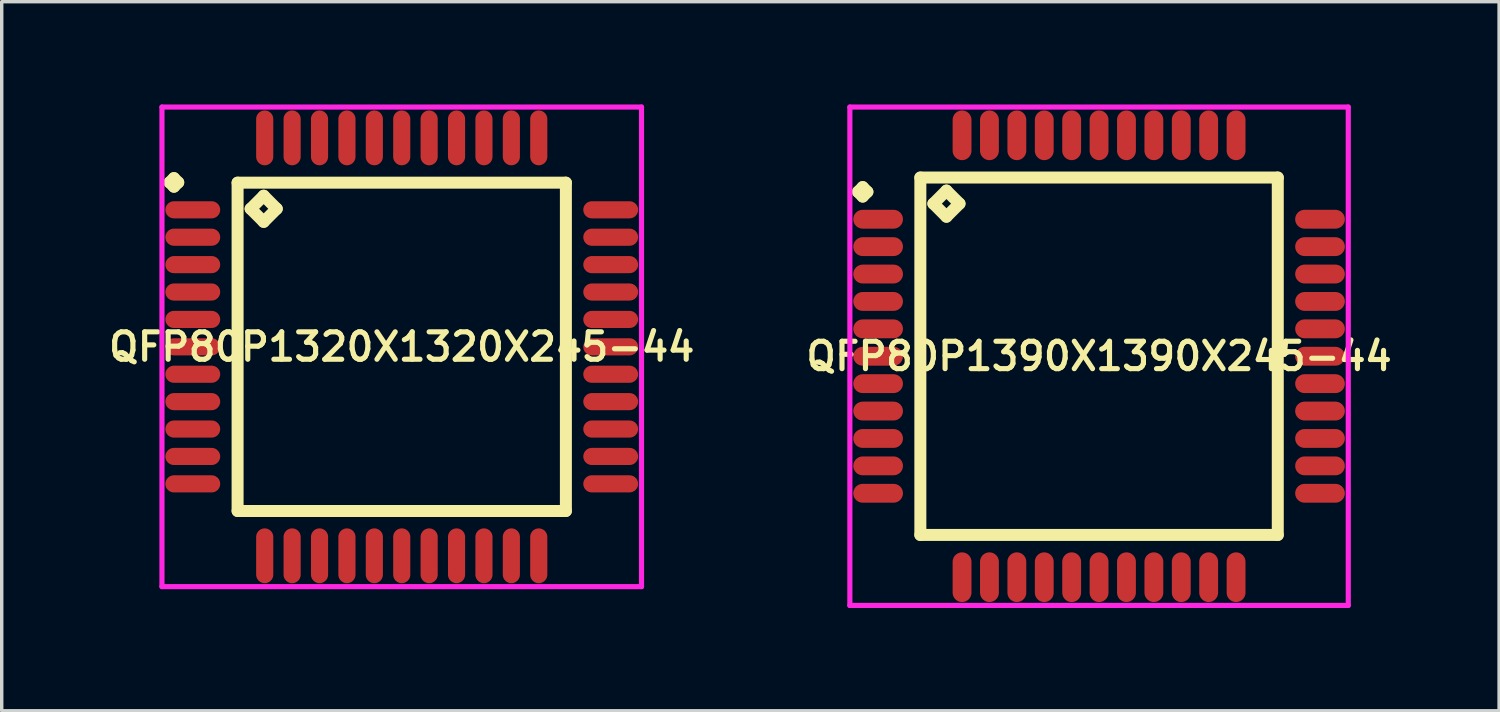
<source format=kicad_pcb>
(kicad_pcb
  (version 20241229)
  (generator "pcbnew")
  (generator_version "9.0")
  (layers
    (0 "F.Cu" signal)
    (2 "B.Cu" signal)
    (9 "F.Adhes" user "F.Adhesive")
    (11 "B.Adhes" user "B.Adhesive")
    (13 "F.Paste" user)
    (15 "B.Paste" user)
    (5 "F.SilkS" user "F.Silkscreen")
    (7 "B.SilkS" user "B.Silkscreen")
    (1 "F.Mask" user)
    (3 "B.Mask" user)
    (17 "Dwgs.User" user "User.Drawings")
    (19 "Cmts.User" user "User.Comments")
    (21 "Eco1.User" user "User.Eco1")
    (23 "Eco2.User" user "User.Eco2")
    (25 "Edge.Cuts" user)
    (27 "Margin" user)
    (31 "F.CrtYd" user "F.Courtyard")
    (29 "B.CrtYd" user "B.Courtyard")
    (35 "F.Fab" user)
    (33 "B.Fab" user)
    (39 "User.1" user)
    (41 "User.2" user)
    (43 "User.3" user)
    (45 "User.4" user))
  (footprint "QFP80P1320X1320X245-44"
    (layer "F.Cu")
    (at 8.678 7.075)
    (property "Reference" "QFP80P1320X1320X245-44" (at 0 0 0) (layer "F.SilkS") (effects (font (size 0.8 0.8) (thickness 0.15))))
    (attr through_hole)
    (fp_line (start -6.775 -4.8) (end -6.65 -4.925) (stroke (width 0.35) (type solid)) (layer "F.SilkS"))
    (fp_line (start -6.65 -4.925) (end -6.525 -4.8) (stroke (width 0.35) (type solid)) (layer "F.SilkS"))
    (fp_line (start -6.65 -4.675) (end -6.775 -4.8) (stroke (width 0.35) (type solid)) (layer "F.SilkS"))
    (fp_line (start -6.525 -4.8) (end -6.65 -4.675) (stroke (width 0.35) (type solid)) (layer "F.SilkS"))
    (fp_line (start -4.792 -4.792) (end -4.792 4.792) (stroke (width 0.35) (type solid)) (layer "F.SilkS"))
    (fp_line (start -4.792 4.792) (end 4.792 4.792) (stroke (width 0.35) (type solid)) (layer "F.SilkS"))
    (fp_line (start -4.411 -4.03) (end -4.03 -4.411) (stroke (width 0.35) (type solid)) (layer "F.SilkS"))
    (fp_line (start -4.03 -4.411) (end -3.649 -4.03) (stroke (width 0.35) (type solid)) (layer "F.SilkS"))
    (fp_line (start -4.03 -3.649) (end -4.411 -4.03) (stroke (width 0.35) (type solid)) (layer "F.SilkS"))
    (fp_line (start -3.649 -4.03) (end -4.03 -3.649) (stroke (width 0.35) (type solid)) (layer "F.SilkS"))
    (fp_line (start 4.792 -4.792) (end -4.792 -4.792) (stroke (width 0.35) (type solid)) (layer "F.SilkS"))
    (fp_line (start 4.792 4.792) (end 4.792 -4.792) (stroke (width 0.35) (type solid)) (layer "F.SilkS"))
    (fp_line (start -7 -7) (end 7 -7) (stroke (width 0.15) (type solid)) (layer "F.CrtYd"))
    (fp_line (start -7 7) (end -7 -7) (stroke (width 0.15) (type solid)) (layer "F.CrtYd"))
    (fp_line (start 7 -7) (end 7 7) (stroke (width 0.15) (type solid)) (layer "F.CrtYd"))
    (fp_line (start 7 7) (end -7 7) (stroke (width 0.15) (type solid)) (layer "F.CrtYd"))
    (pad "1" smd oval (at -6.1 -4) (size 1.6 0.5) (layers "F.Cu" "F.Mask" "F.Paste"))
    (pad "2" smd oval (at -6.1 -3.2) (size 1.6 0.5) (layers "F.Cu" "F.Mask" "F.Paste"))
    (pad "3" smd oval (at -6.1 -2.4) (size 1.6 0.5) (layers "F.Cu" "F.Mask" "F.Paste"))
    (pad "4" smd oval (at -6.1 -1.6) (size 1.6 0.5) (layers "F.Cu" "F.Mask" "F.Paste"))
    (pad "5" smd oval (at -6.1 -0.8) (size 1.6 0.5) (layers "F.Cu" "F.Mask" "F.Paste"))
    (pad "6" smd oval (at -6.1 0) (size 1.6 0.5) (layers "F.Cu" "F.Mask" "F.Paste"))
    (pad "7" smd oval (at -6.1 0.8) (size 1.6 0.5) (layers "F.Cu" "F.Mask" "F.Paste"))
    (pad "8" smd oval (at -6.1 1.6) (size 1.6 0.5) (layers "F.Cu" "F.Mask" "F.Paste"))
    (pad "9" smd oval (at -6.1 2.4) (size 1.6 0.5) (layers "F.Cu" "F.Mask" "F.Paste"))
    (pad "10" smd oval (at -6.1 3.2) (size 1.6 0.5) (layers "F.Cu" "F.Mask" "F.Paste"))
    (pad "11" smd oval (at -6.1 4) (size 1.6 0.5) (layers "F.Cu" "F.Mask" "F.Paste"))
    (pad "12" smd oval (at -4 6.1) (size 0.5 1.6) (layers "F.Cu" "F.Mask" "F.Paste"))
    (pad "13" smd oval (at -3.2 6.1) (size 0.5 1.6) (layers "F.Cu" "F.Mask" "F.Paste"))
    (pad "14" smd oval (at -2.4 6.1) (size 0.5 1.6) (layers "F.Cu" "F.Mask" "F.Paste"))
    (pad "15" smd oval (at -1.6 6.1) (size 0.5 1.6) (layers "F.Cu" "F.Mask" "F.Paste"))
    (pad "16" smd oval (at -0.8 6.1) (size 0.5 1.6) (layers "F.Cu" "F.Mask" "F.Paste"))
    (pad "17" smd oval (at 0 6.1) (size 0.5 1.6) (layers "F.Cu" "F.Mask" "F.Paste"))
    (pad "18" smd oval (at 0.8 6.1) (size 0.5 1.6) (layers "F.Cu" "F.Mask" "F.Paste"))
    (pad "19" smd oval (at 1.6 6.1) (size 0.5 1.6) (layers "F.Cu" "F.Mask" "F.Paste"))
    (pad "20" smd oval (at 2.4 6.1) (size 0.5 1.6) (layers "F.Cu" "F.Mask" "F.Paste"))
    (pad "21" smd oval (at 3.2 6.1) (size 0.5 1.6) (layers "F.Cu" "F.Mask" "F.Paste"))
    (pad "22" smd oval (at 4 6.1) (size 0.5 1.6) (layers "F.Cu" "F.Mask" "F.Paste"))
    (pad "23" smd oval (at 6.1 4) (size 1.6 0.5) (layers "F.Cu" "F.Mask" "F.Paste"))
    (pad "24" smd oval (at 6.1 3.2) (size 1.6 0.5) (layers "F.Cu" "F.Mask" "F.Paste"))
    (pad "25" smd oval (at 6.1 2.4) (size 1.6 0.5) (layers "F.Cu" "F.Mask" "F.Paste"))
    (pad "26" smd oval (at 6.1 1.6) (size 1.6 0.5) (layers "F.Cu" "F.Mask" "F.Paste"))
    (pad "27" smd oval (at 6.1 0.8) (size 1.6 0.5) (layers "F.Cu" "F.Mask" "F.Paste"))
    (pad "28" smd oval (at 6.1 0) (size 1.6 0.5) (layers "F.Cu" "F.Mask" "F.Paste"))
    (pad "29" smd oval (at 6.1 -0.8) (size 1.6 0.5) (layers "F.Cu" "F.Mask" "F.Paste"))
    (pad "30" smd oval (at 6.1 -1.6) (size 1.6 0.5) (layers "F.Cu" "F.Mask" "F.Paste"))
    (pad "31" smd oval (at 6.1 -2.4) (size 1.6 0.5) (layers "F.Cu" "F.Mask" "F.Paste"))
    (pad "32" smd oval (at 6.1 -3.2) (size 1.6 0.5) (layers "F.Cu" "F.Mask" "F.Paste"))
    (pad "33" smd oval (at 6.1 -4) (size 1.6 0.5) (layers "F.Cu" "F.Mask" "F.Paste"))
    (pad "34" smd oval (at 4 -6.1) (size 0.5 1.6) (layers "F.Cu" "F.Mask" "F.Paste"))
    (pad "35" smd oval (at 3.2 -6.1) (size 0.5 1.6) (layers "F.Cu" "F.Mask" "F.Paste"))
    (pad "36" smd oval (at 2.4 -6.1) (size 0.5 1.6) (layers "F.Cu" "F.Mask" "F.Paste"))
    (pad "37" smd oval (at 1.6 -6.1) (size 0.5 1.6) (layers "F.Cu" "F.Mask" "F.Paste"))
    (pad "38" smd oval (at 0.8 -6.1) (size 0.5 1.6) (layers "F.Cu" "F.Mask" "F.Paste"))
    (pad "39" smd oval (at 0 -6.1) (size 0.5 1.6) (layers "F.Cu" "F.Mask" "F.Paste"))
    (pad "40" smd oval (at -0.8 -6.1) (size 0.5 1.6) (layers "F.Cu" "F.Mask" "F.Paste"))
    (pad "41" smd oval (at -1.6 -6.1) (size 0.5 1.6) (layers "F.Cu" "F.Mask" "F.Paste"))
    (pad "42" smd oval (at -2.4 -6.1) (size 0.5 1.6) (layers "F.Cu" "F.Mask" "F.Paste"))
    (pad "43" smd oval (at -3.2 -6.1) (size 0.5 1.6) (layers "F.Cu" "F.Mask" "F.Paste"))
    (pad "44" smd oval (at -4 -6.1) (size 0.5 1.6) (layers "F.Cu" "F.Mask" "F.Paste")))
  (footprint "QFP80P1390X1390X245-44"
    (layer "F.Cu")
    (at 29.035 7.35)
    (property "Reference" "QFP80P1390X1390X245-44" (at 0 0 0) (layer "F.SilkS") (effects (font (size 0.8 0.8) (thickness 0.15))))
    (attr through_hole)
    (fp_line (start -7.037 -4.8) (end -6.9 -4.938) (stroke (width 0.35) (type solid)) (layer "F.SilkS"))
    (fp_line (start -6.9 -4.938) (end -6.763 -4.8) (stroke (width 0.35) (type solid)) (layer "F.SilkS"))
    (fp_line (start -6.9 -4.662) (end -7.037 -4.8) (stroke (width 0.35) (type solid)) (layer "F.SilkS"))
    (fp_line (start -6.763 -4.8) (end -6.9 -4.662) (stroke (width 0.35) (type solid)) (layer "F.SilkS"))
    (fp_line (start -5.217 -5.217) (end -5.217 5.217) (stroke (width 0.35) (type solid)) (layer "F.SilkS"))
    (fp_line (start -5.217 5.217) (end 5.217 5.217) (stroke (width 0.35) (type solid)) (layer "F.SilkS"))
    (fp_line (start -4.836 -4.455) (end -4.455 -4.836) (stroke (width 0.35) (type solid)) (layer "F.SilkS"))
    (fp_line (start -4.455 -4.836) (end -4.074 -4.455) (stroke (width 0.35) (type solid)) (layer "F.SilkS"))
    (fp_line (start -4.455 -4.074) (end -4.836 -4.455) (stroke (width 0.35) (type solid)) (layer "F.SilkS"))
    (fp_line (start -4.074 -4.455) (end -4.455 -4.074) (stroke (width 0.35) (type solid)) (layer "F.SilkS"))
    (fp_line (start 5.217 -5.217) (end -5.217 -5.217) (stroke (width 0.35) (type solid)) (layer "F.SilkS"))
    (fp_line (start 5.217 5.217) (end 5.217 -5.217) (stroke (width 0.35) (type solid)) (layer "F.SilkS"))
    (fp_line (start -7.275 -7.275) (end 7.275 -7.275) (stroke (width 0.15) (type solid)) (layer "F.CrtYd"))
    (fp_line (start -7.275 7.275) (end -7.275 -7.275) (stroke (width 0.15) (type solid)) (layer "F.CrtYd"))
    (fp_line (start 7.275 -7.275) (end 7.275 7.275) (stroke (width 0.15) (type solid)) (layer "F.CrtYd"))
    (fp_line (start 7.275 7.275) (end -7.275 7.275) (stroke (width 0.15) (type solid)) (layer "F.CrtYd"))
    (pad "1" smd oval (at -6.45 -4) (size 1.45 0.55) (layers "F.Cu" "F.Mask" "F.Paste"))
    (pad "2" smd oval (at -6.45 -3.2) (size 1.45 0.55) (layers "F.Cu" "F.Mask" "F.Paste"))
    (pad "3" smd oval (at -6.45 -2.4) (size 1.45 0.55) (layers "F.Cu" "F.Mask" "F.Paste"))
    (pad "4" smd oval (at -6.45 -1.6) (size 1.45 0.55) (layers "F.Cu" "F.Mask" "F.Paste"))
    (pad "5" smd oval (at -6.45 -0.8) (size 1.45 0.55) (layers "F.Cu" "F.Mask" "F.Paste"))
    (pad "6" smd oval (at -6.45 0) (size 1.45 0.55) (layers "F.Cu" "F.Mask" "F.Paste"))
    (pad "7" smd oval (at -6.45 0.8) (size 1.45 0.55) (layers "F.Cu" "F.Mask" "F.Paste"))
    (pad "8" smd oval (at -6.45 1.6) (size 1.45 0.55) (layers "F.Cu" "F.Mask" "F.Paste"))
    (pad "9" smd oval (at -6.45 2.4) (size 1.45 0.55) (layers "F.Cu" "F.Mask" "F.Paste"))
    (pad "10" smd oval (at -6.45 3.2) (size 1.45 0.55) (layers "F.Cu" "F.Mask" "F.Paste"))
    (pad "11" smd oval (at -6.45 4) (size 1.45 0.55) (layers "F.Cu" "F.Mask" "F.Paste"))
    (pad "12" smd oval (at -4 6.45) (size 0.55 1.45) (layers "F.Cu" "F.Mask" "F.Paste"))
    (pad "13" smd oval (at -3.2 6.45) (size 0.55 1.45) (layers "F.Cu" "F.Mask" "F.Paste"))
    (pad "14" smd oval (at -2.4 6.45) (size 0.55 1.45) (layers "F.Cu" "F.Mask" "F.Paste"))
    (pad "15" smd oval (at -1.6 6.45) (size 0.55 1.45) (layers "F.Cu" "F.Mask" "F.Paste"))
    (pad "16" smd oval (at -0.8 6.45) (size 0.55 1.45) (layers "F.Cu" "F.Mask" "F.Paste"))
    (pad "17" smd oval (at 0 6.45) (size 0.55 1.45) (layers "F.Cu" "F.Mask" "F.Paste"))
    (pad "18" smd oval (at 0.8 6.45) (size 0.55 1.45) (layers "F.Cu" "F.Mask" "F.Paste"))
    (pad "19" smd oval (at 1.6 6.45) (size 0.55 1.45) (layers "F.Cu" "F.Mask" "F.Paste"))
    (pad "20" smd oval (at 2.4 6.45) (size 0.55 1.45) (layers "F.Cu" "F.Mask" "F.Paste"))
    (pad "21" smd oval (at 3.2 6.45) (size 0.55 1.45) (layers "F.Cu" "F.Mask" "F.Paste"))
    (pad "22" smd oval (at 4 6.45) (size 0.55 1.45) (layers "F.Cu" "F.Mask" "F.Paste"))
    (pad "23" smd oval (at 6.45 4) (size 1.45 0.55) (layers "F.Cu" "F.Mask" "F.Paste"))
    (pad "24" smd oval (at 6.45 3.2) (size 1.45 0.55) (layers "F.Cu" "F.Mask" "F.Paste"))
    (pad "25" smd oval (at 6.45 2.4) (size 1.45 0.55) (layers "F.Cu" "F.Mask" "F.Paste"))
    (pad "26" smd oval (at 6.45 1.6) (size 1.45 0.55) (layers "F.Cu" "F.Mask" "F.Paste"))
    (pad "27" smd oval (at 6.45 0.8) (size 1.45 0.55) (layers "F.Cu" "F.Mask" "F.Paste"))
    (pad "28" smd oval (at 6.45 0) (size 1.45 0.55) (layers "F.Cu" "F.Mask" "F.Paste"))
    (pad "29" smd oval (at 6.45 -0.8) (size 1.45 0.55) (layers "F.Cu" "F.Mask" "F.Paste"))
    (pad "30" smd oval (at 6.45 -1.6) (size 1.45 0.55) (layers "F.Cu" "F.Mask" "F.Paste"))
    (pad "31" smd oval (at 6.45 -2.4) (size 1.45 0.55) (layers "F.Cu" "F.Mask" "F.Paste"))
    (pad "32" smd oval (at 6.45 -3.2) (size 1.45 0.55) (layers "F.Cu" "F.Mask" "F.Paste"))
    (pad "33" smd oval (at 6.45 -4) (size 1.45 0.55) (layers "F.Cu" "F.Mask" "F.Paste"))
    (pad "34" smd oval (at 4 -6.45) (size 0.55 1.45) (layers "F.Cu" "F.Mask" "F.Paste"))
    (pad "35" smd oval (at 3.2 -6.45) (size 0.55 1.45) (layers "F.Cu" "F.Mask" "F.Paste"))
    (pad "36" smd oval (at 2.4 -6.45) (size 0.55 1.45) (layers "F.Cu" "F.Mask" "F.Paste"))
    (pad "37" smd oval (at 1.6 -6.45) (size 0.55 1.45) (layers "F.Cu" "F.Mask" "F.Paste"))
    (pad "38" smd oval (at 0.8 -6.45) (size 0.55 1.45) (layers "F.Cu" "F.Mask" "F.Paste"))
    (pad "39" smd oval (at 0 -6.45) (size 0.55 1.45) (layers "F.Cu" "F.Mask" "F.Paste"))
    (pad "40" smd oval (at -0.8 -6.45) (size 0.55 1.45) (layers "F.Cu" "F.Mask" "F.Paste"))
    (pad "41" smd oval (at -1.6 -6.45) (size 0.55 1.45) (layers "F.Cu" "F.Mask" "F.Paste"))
    (pad "42" smd oval (at -2.4 -6.45) (size 0.55 1.45) (layers "F.Cu" "F.Mask" "F.Paste"))
    (pad "43" smd oval (at -3.2 -6.45) (size 0.55 1.45) (layers "F.Cu" "F.Mask" "F.Paste"))
    (pad "44" smd oval (at -4 -6.45) (size 0.55 1.45) (layers "F.Cu" "F.Mask" "F.Paste")))
  (gr_rect
    (start -3 -3)
    (end 40.713 17.7)
    (stroke (width 0.1) (type default))
    (fill no)
    (layer "Edge.Cuts")))
</source>
